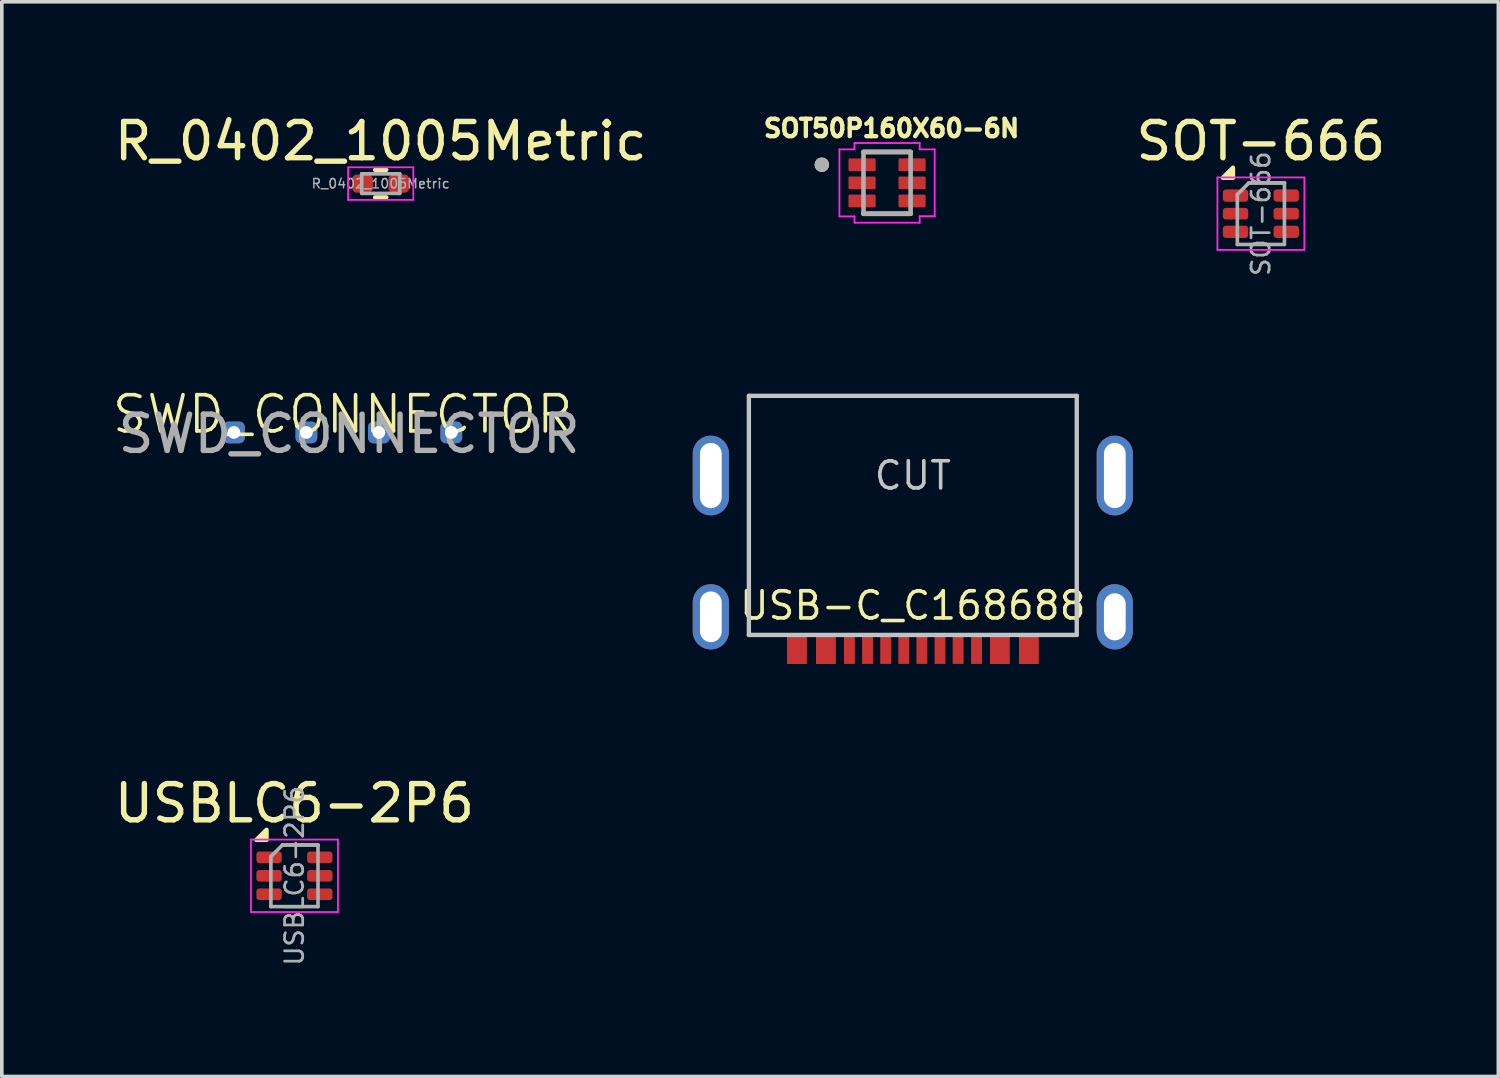
<source format=kicad_pcb>
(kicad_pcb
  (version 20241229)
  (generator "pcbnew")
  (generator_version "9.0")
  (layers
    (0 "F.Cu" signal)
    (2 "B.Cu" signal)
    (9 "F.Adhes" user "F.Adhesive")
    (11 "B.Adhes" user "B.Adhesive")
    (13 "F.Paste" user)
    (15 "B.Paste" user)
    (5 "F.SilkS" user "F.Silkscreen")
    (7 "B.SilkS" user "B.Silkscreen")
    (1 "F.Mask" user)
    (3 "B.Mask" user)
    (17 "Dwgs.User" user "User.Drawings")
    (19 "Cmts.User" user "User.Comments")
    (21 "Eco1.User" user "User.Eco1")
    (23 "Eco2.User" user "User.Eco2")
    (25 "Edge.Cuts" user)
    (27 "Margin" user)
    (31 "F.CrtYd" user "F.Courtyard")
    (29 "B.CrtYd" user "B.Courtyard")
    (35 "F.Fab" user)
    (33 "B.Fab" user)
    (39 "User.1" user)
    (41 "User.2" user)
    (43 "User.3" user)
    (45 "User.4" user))
  (footprint "SOT-666"
    (layer "F.Cu")
    (at 31.752 2.848)
    (property "Reference" "SOT-666" (at 0 -2 0) (layer "F.SilkS") (effects (font (size 1 1) (thickness 0.15))))
    (attr smd)
    (fp_poly (pts (xy -0.77 -0.99) (xy -1.05 -0.99) (xy -0.77 -1.27) (xy -0.77 -0.99)) (stroke (width 0.12) (type solid)) (fill yes) (layer "F.SilkS"))
    (fp_line (start -1.2 -1) (end -1.2 1) (stroke (width 0.05) (type solid)) (layer "F.CrtYd"))
    (fp_line (start -1.2 -1) (end 1.2 -1) (stroke (width 0.05) (type solid)) (layer "F.CrtYd"))
    (fp_line (start -1.2 1) (end 1.2 1) (stroke (width 0.05) (type solid)) (layer "F.CrtYd"))
    (fp_line (start 1.2 1) (end 1.2 -1) (stroke (width 0.05) (type solid)) (layer "F.CrtYd"))
    (fp_line (start -0.65 -0.53) (end -0.65 0.85) (stroke (width 0.1) (type solid)) (layer "F.Fab"))
    (fp_line (start -0.65 -0.53) (end -0.33 -0.85) (stroke (width 0.1) (type solid)) (layer "F.Fab"))
    (fp_line (start 0.65 -0.85) (end -0.33 -0.85) (stroke (width 0.1) (type solid)) (layer "F.Fab"))
    (fp_line (start 0.65 -0.85) (end -0.33 -0.85) (stroke (width 0.1) (type solid)) (layer "F.Fab"))
    (fp_line (start 0.65 -0.85) (end 0.65 0.85) (stroke (width 0.1) (type solid)) (layer "F.Fab"))
    (fp_line (start 0.65 0.85) (end -0.65 0.85) (stroke (width 0.1) (type solid)) (layer "F.Fab"))
    (fp_text user "${REFERENCE}" (at 0 0 90) (layer "F.Fab") (effects (font (size 0.5 0.5) (thickness 0.075))))
    (pad "1" smd roundrect (at -0.7 -0.5) (size 0.7 0.34) (layers "F.Cu" "F.Mask" "F.Paste") (roundrect_rratio 0.25))
    (pad "2" smd roundrect (at -0.7 0) (size 0.7 0.32) (layers "F.Cu" "F.Mask" "F.Paste") (roundrect_rratio 0.25))
    (pad "3" smd roundrect (at -0.7 0.5) (size 0.7 0.34) (layers "F.Cu" "F.Mask" "F.Paste") (roundrect_rratio 0.25))
    (pad "4" smd roundrect (at 0.7 0.5) (size 0.7 0.34) (layers "F.Cu" "F.Mask" "F.Paste") (roundrect_rratio 0.25))
    (pad "5" smd roundrect (at 0.7 0) (size 0.7 0.32) (layers "F.Cu" "F.Mask" "F.Paste") (roundrect_rratio 0.25))
    (pad "6" smd roundrect (at 0.7 -0.5) (size 0.7 0.34) (layers "F.Cu" "F.Mask" "F.Paste") (roundrect_rratio 0.25)))
  (footprint "R_0402_1005Metric"
    (layer "F.Cu")
    (at 7.458 2.018)
    (property "Reference" "R_0402_1005Metric" (at 0 -1.17 0) (layer "F.SilkS") (effects (font (size 1 1) (thickness 0.15))))
    (attr smd)
    (fp_line (start -0.154 -0.38) (end 0.154 -0.38) (stroke (width 0.12) (type solid)) (layer "F.SilkS"))
    (fp_line (start -0.154 0.38) (end 0.154 0.38) (stroke (width 0.12) (type solid)) (layer "F.SilkS"))
    (fp_line (start -0.9 -0.45) (end 0.9 -0.45) (stroke (width 0.05) (type solid)) (layer "F.CrtYd"))
    (fp_line (start -0.9 0.45) (end -0.9 -0.45) (stroke (width 0.05) (type solid)) (layer "F.CrtYd"))
    (fp_line (start 0.9 -0.45) (end 0.9 0.45) (stroke (width 0.05) (type solid)) (layer "F.CrtYd"))
    (fp_line (start 0.9 0.45) (end -0.9 0.45) (stroke (width 0.05) (type solid)) (layer "F.CrtYd"))
    (fp_line (start -0.525 -0.27) (end 0.525 -0.27) (stroke (width 0.1) (type solid)) (layer "F.Fab"))
    (fp_line (start -0.525 0.27) (end -0.525 -0.27) (stroke (width 0.1) (type solid)) (layer "F.Fab"))
    (fp_line (start 0.525 -0.27) (end 0.525 0.27) (stroke (width 0.1) (type solid)) (layer "F.Fab"))
    (fp_line (start 0.525 0.27) (end -0.525 0.27) (stroke (width 0.1) (type solid)) (layer "F.Fab"))
    (fp_text user "${REFERENCE}" (at 0 0 0) (layer "F.Fab") (effects (font (size 0.26 0.26) (thickness 0.04))))
    (pad "1" smd roundrect (at -0.5 0) (size 0.57 0.5) (layers "F.Cu" "F.Mask" "F.Paste") (roundrect_rratio 0.25))
    (pad "2" smd roundrect (at 0.5 0) (size 0.57 0.5) (layers "F.Cu" "F.Mask" "F.Paste") (roundrect_rratio 0.25)))
  (footprint "USBLC6-2P6"
    (layer "F.Cu")
    (at 5.077 21.123)
    (property "Reference" "USBLC6-2P6" (at 0 -2 0) (layer "F.SilkS") (effects (font (size 1 1) (thickness 0.15))))
    (attr smd)
    (fp_poly (pts (xy -0.77 -0.99) (xy -1.05 -0.99) (xy -0.77 -1.27) (xy -0.77 -0.99)) (stroke (width 0.12) (type solid)) (fill yes) (layer "F.SilkS"))
    (fp_line (start -1.2 -1) (end -1.2 1) (stroke (width 0.05) (type solid)) (layer "F.CrtYd"))
    (fp_line (start -1.2 -1) (end 1.2 -1) (stroke (width 0.05) (type solid)) (layer "F.CrtYd"))
    (fp_line (start -1.2 1) (end 1.2 1) (stroke (width 0.05) (type solid)) (layer "F.CrtYd"))
    (fp_line (start 1.2 1) (end 1.2 -1) (stroke (width 0.05) (type solid)) (layer "F.CrtYd"))
    (fp_line (start -0.65 -0.53) (end -0.65 0.85) (stroke (width 0.1) (type solid)) (layer "F.Fab"))
    (fp_line (start -0.65 -0.53) (end -0.33 -0.85) (stroke (width 0.1) (type solid)) (layer "F.Fab"))
    (fp_line (start 0.65 -0.85) (end -0.33 -0.85) (stroke (width 0.1) (type solid)) (layer "F.Fab"))
    (fp_line (start 0.65 -0.85) (end -0.33 -0.85) (stroke (width 0.1) (type solid)) (layer "F.Fab"))
    (fp_line (start 0.65 -0.85) (end 0.65 0.85) (stroke (width 0.1) (type solid)) (layer "F.Fab"))
    (fp_line (start 0.65 0.85) (end -0.65 0.85) (stroke (width 0.1) (type solid)) (layer "F.Fab"))
    (fp_text user "${REFERENCE}" (at 0 0 90) (layer "F.Fab") (effects (font (size 0.5 0.5) (thickness 0.075))))
    (pad "1" smd roundrect (at -0.7 -0.51) (size 0.7 0.32) (layers "F.Cu" "F.Mask" "F.Paste") (roundrect_rratio 0.25))
    (pad "2" smd roundrect (at -0.7 0) (size 0.7 0.32) (layers "F.Cu" "F.Mask" "F.Paste") (roundrect_rratio 0.25))
    (pad "3" smd roundrect (at -0.7 0.51) (size 0.7 0.32) (layers "F.Cu" "F.Mask" "F.Paste") (roundrect_rratio 0.25))
    (pad "4" smd roundrect (at 0.7 0.51) (size 0.7 0.32) (layers "F.Cu" "F.Mask" "F.Paste") (roundrect_rratio 0.25))
    (pad "5" smd roundrect (at 0.7 0) (size 0.7 0.32) (layers "F.Cu" "F.Mask" "F.Paste") (roundrect_rratio 0.25))
    (pad "6" smd roundrect (at 0.7 -0.51) (size 0.7 0.32) (layers "F.Cu" "F.Mask" "F.Paste") (roundrect_rratio 0.25)))
  (footprint "USB-C_C168688"
    (layer "F.Cu")
    (at 22.145 7.875)
    (property "Reference" "USB-C_C168688" (at 0 5.789 0) (layer "F.SilkS") (effects (font (size 0.75 0.75) (thickness 0.1))))
    (attr through_hole)
    (fp_line (start -4.525 0) (end -4.525 6.6) (stroke (width 0.12) (type solid)) (layer "Dwgs.User"))
    (fp_line (start -4.525 0) (end 4.525 0) (stroke (width 0.12) (type solid)) (layer "Dwgs.User"))
    (fp_line (start -4.525 6.6) (end 4.525 6.6) (stroke (width 0.12) (type solid)) (layer "Dwgs.User"))
    (fp_line (start 4.525 0) (end 4.525 6.6) (stroke (width 0.12) (type solid)) (layer "Dwgs.User"))
    (fp_text user "CUT" (at 0 2.2 0) (layer "Dwgs.User") (effects (font (size 0.75 0.75) (thickness 0.1))))
    (pad "A1" smd rect (at 3.2 7) (size 0.54 0.8) (layers "F.Cu" "F.Mask" "F.Paste"))
    (pad "A4" smd rect (at 2.4 7) (size 0.54 0.8) (layers "F.Cu" "F.Mask" "F.Paste"))
    (pad "A5" smd rect (at 1.25 7) (size 0.3 0.8) (layers "F.Cu" "F.Mask" "F.Paste"))
    (pad "A6" smd rect (at 0.25 7) (size 0.3 0.8) (layers "F.Cu" "F.Mask" "F.Paste"))
    (pad "A7" smd rect (at -0.25 7) (size 0.3 0.8) (layers "F.Cu" "F.Mask" "F.Paste"))
    (pad "A8" smd rect (at -1.25 7) (size 0.3 0.8) (layers "F.Cu" "F.Mask" "F.Paste"))
    (pad "A9" smd rect (at -2.4 7) (size 0.54 0.8) (layers "F.Cu" "F.Mask" "F.Paste"))
    (pad "A12" smd rect (at -3.2 7) (size 0.54 0.8) (layers "F.Cu" "F.Mask" "F.Paste"))
    (pad "B1" smd rect (at -3.2 7) (size 0.54 0.8) (layers "F.Cu" "F.Mask" "F.Paste"))
    (pad "B4" smd rect (at -2.4 7) (size 0.54 0.8) (layers "F.Cu" "F.Mask" "F.Paste"))
    (pad "B5" smd rect (at -1.75 7) (size 0.3 0.8) (layers "F.Cu" "F.Mask" "F.Paste"))
    (pad "B6" smd rect (at -0.75 7) (size 0.3 0.8) (layers "F.Cu" "F.Mask" "F.Paste"))
    (pad "B7" smd rect (at 0.75 7) (size 0.3 0.8) (layers "F.Cu" "F.Mask" "F.Paste"))
    (pad "B8" smd rect (at 1.758 7) (size 0.3 0.8) (layers "F.Cu" "F.Mask" "F.Paste"))
    (pad "B9" smd rect (at 2.4 7) (size 0.54 0.8) (layers "F.Cu" "F.Mask" "F.Paste"))
    (pad "B12" smd rect (at 3.2 7) (size 0.54 0.8) (layers "F.Cu" "F.Mask" "F.Paste"))
    (pad "S1" thru_hole oval (at -5.575 2.2) (size 1 2.2) (drill oval 0.6 1.8) (layers "*.Cu" "*.Mask"))
    (pad "S2" thru_hole oval (at 5.575 2.2) (size 1 2.2) (drill oval 0.6 1.8) (layers "*.Cu" "*.Mask"))
    (pad "S3" thru_hole oval (at -5.575 6.1) (size 1 1.8) (drill oval 0.6 1.4) (layers "*.Cu" "*.Mask"))
    (pad "S4" thru_hole oval (at 5.575 6.1) (size 1 1.8) (drill oval 0.6 1.3) (layers "*.Cu" "*.Mask")))
  (footprint "SOT50P160X60-6N"
    (layer "F.Cu")
    (at 21.434 1.997)
    (property "Reference" "SOT50P160X60-6N" (at 0.124 -1.505 0) (layer "F.SilkS") (effects (font (size 0.48 0.48) (thickness 0.15))))
    (attr smd)
    (fp_line (start 0.65 -0.855) (end -0.65 -0.855) (stroke (width 0.127) (type solid)) (layer "F.SilkS"))
    (fp_line (start 0.65 0.855) (end -0.65 0.855) (stroke (width 0.127) (type solid)) (layer "F.SilkS"))
    (fp_circle (center -1.8 -0.5) (end -1.7 -0.5) (stroke (width 0.2) (type solid)) (fill no) (layer "F.SilkS"))
    (fp_line (start -1.315 -0.925) (end -0.9 -0.925) (stroke (width 0.05) (type solid)) (layer "F.CrtYd"))
    (fp_line (start -1.315 0.925) (end -1.315 -0.925) (stroke (width 0.05) (type solid)) (layer "F.CrtYd"))
    (fp_line (start -0.9 -1.1) (end 0.9 -1.1) (stroke (width 0.05) (type solid)) (layer "F.CrtYd"))
    (fp_line (start -0.9 -0.925) (end -0.9 -1.1) (stroke (width 0.05) (type solid)) (layer "F.CrtYd"))
    (fp_line (start -0.9 0.925) (end -1.315 0.925) (stroke (width 0.05) (type solid)) (layer "F.CrtYd"))
    (fp_line (start -0.9 1.1) (end -0.9 0.925) (stroke (width 0.05) (type solid)) (layer "F.CrtYd"))
    (fp_line (start 0.9 -1.1) (end 0.9 -0.925) (stroke (width 0.05) (type solid)) (layer "F.CrtYd"))
    (fp_line (start 0.9 -0.925) (end 1.315 -0.925) (stroke (width 0.05) (type solid)) (layer "F.CrtYd"))
    (fp_line (start 0.9 0.92) (end 0.9 1.1) (stroke (width 0.05) (type solid)) (layer "F.CrtYd"))
    (fp_line (start 0.9 1.1) (end -0.9 1.1) (stroke (width 0.05) (type solid)) (layer "F.CrtYd"))
    (fp_line (start 1.315 -0.925) (end 1.315 0.92) (stroke (width 0.05) (type solid)) (layer "F.CrtYd"))
    (fp_line (start 1.315 0.92) (end 0.9 0.92) (stroke (width 0.05) (type solid)) (layer "F.CrtYd"))
    (fp_line (start -0.65 -0.85) (end 0.65 -0.85) (stroke (width 0.127) (type solid)) (layer "F.Fab"))
    (fp_line (start -0.65 0.85) (end -0.65 -0.85) (stroke (width 0.127) (type solid)) (layer "F.Fab"))
    (fp_line (start 0.65 -0.85) (end 0.65 0.85) (stroke (width 0.127) (type solid)) (layer "F.Fab"))
    (fp_line (start 0.65 0.85) (end -0.65 0.85) (stroke (width 0.127) (type solid)) (layer "F.Fab"))
    (fp_circle (center -1.8 -0.5) (end -1.7 -0.5) (stroke (width 0.2) (type solid)) (fill no) (layer "F.Fab"))
    (pad "1" smd roundrect (at -0.69 -0.5) (size 0.75 0.35) (layers "F.Cu" "F.Mask" "F.Paste") (roundrect_rratio 0.1))
    (pad "2" smd roundrect (at -0.69 0) (size 0.75 0.35) (layers "F.Cu" "F.Mask" "F.Paste") (roundrect_rratio 0.1))
    (pad "3" smd roundrect (at -0.69 0.5) (size 0.75 0.35) (layers "F.Cu" "F.Mask" "F.Paste") (roundrect_rratio 0.1))
    (pad "4" smd roundrect (at 0.69 0.5) (size 0.75 0.35) (layers "F.Cu" "F.Mask" "F.Paste") (roundrect_rratio 0.1))
    (pad "5" smd roundrect (at 0.69 0) (size 0.75 0.35) (layers "F.Cu" "F.Mask" "F.Paste") (roundrect_rratio 0.1))
    (pad "6" smd roundrect (at 0.69 -0.5) (size 0.75 0.35) (layers "F.Cu" "F.Mask" "F.Paste") (roundrect_rratio 0.1)))
  (footprint "SWD_CONNECTOR"
    (layer "F.Cu")
    (at 6.407 8.886)
    (property "Reference" "SWD_CONNECTOR" (at 0 -0.5 0) (unlocked yes) (layer "F.SilkS") (effects (font (size 1 1) (thickness 0.1))))
    (attr smd)
    (fp_text user "${REFERENCE}" (at 0.18 0.04 0) (unlocked yes) (layer "F.Fab") (effects (font (size 1 1) (thickness 0.15))))
    (pad "1" thru_hole roundrect (at -3 0) (size 0.6 0.6) (drill 0.35) (layers "*.Cu" "*.Mask") (roundrect_rratio 0.25))
    (pad "2" thru_hole roundrect (at -1 0) (size 0.6 0.6) (drill 0.35) (layers "*.Cu" "*.Mask") (roundrect_rratio 0.25))
    (pad "3" thru_hole roundrect (at 1 0) (size 0.6 0.6) (drill 0.35) (layers "*.Cu" "*.Mask") (roundrect_rratio 0.25))
    (pad "4" thru_hole roundrect (at 3 0) (size 0.6 0.6) (drill 0.35) (layers "*.Cu" "*.Mask") (roundrect_rratio 0.25)))
  (gr_rect
    (start -3 -3)
    (end 38.306 26.662)
    (stroke (width 0.1) (type default))
    (fill no)
    (layer "Edge.Cuts")))
</source>
